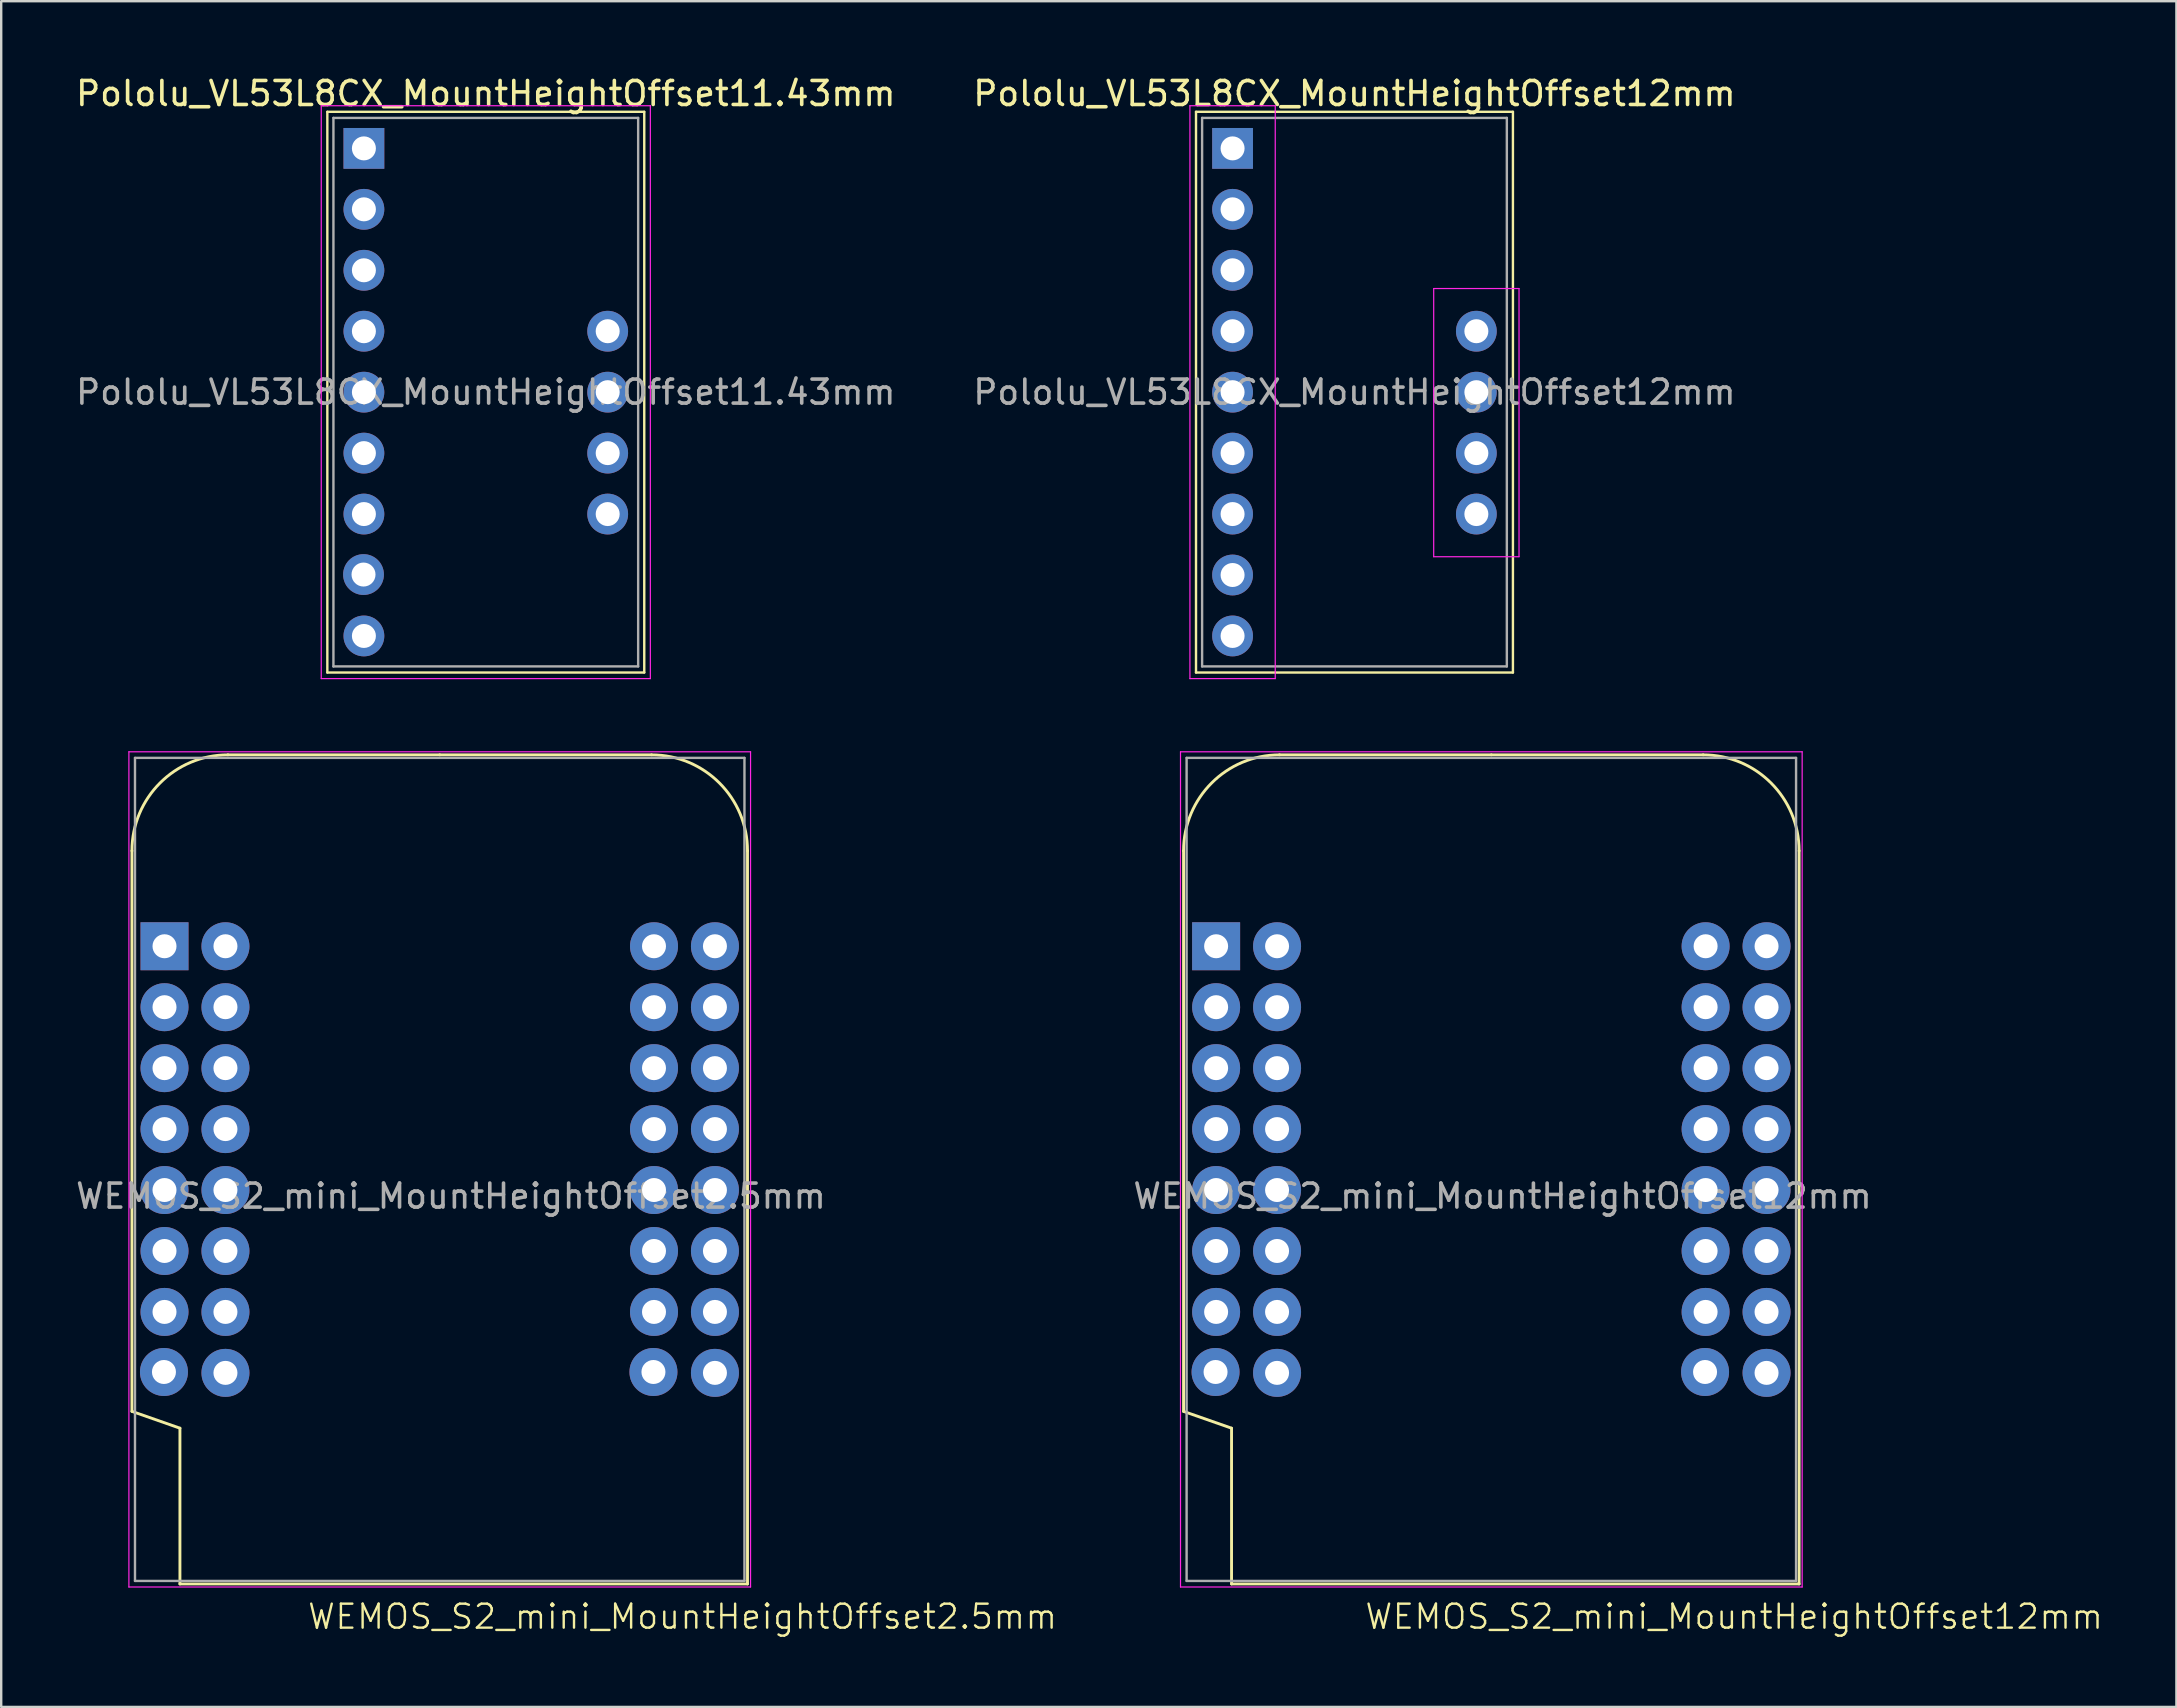
<source format=kicad_pcb>
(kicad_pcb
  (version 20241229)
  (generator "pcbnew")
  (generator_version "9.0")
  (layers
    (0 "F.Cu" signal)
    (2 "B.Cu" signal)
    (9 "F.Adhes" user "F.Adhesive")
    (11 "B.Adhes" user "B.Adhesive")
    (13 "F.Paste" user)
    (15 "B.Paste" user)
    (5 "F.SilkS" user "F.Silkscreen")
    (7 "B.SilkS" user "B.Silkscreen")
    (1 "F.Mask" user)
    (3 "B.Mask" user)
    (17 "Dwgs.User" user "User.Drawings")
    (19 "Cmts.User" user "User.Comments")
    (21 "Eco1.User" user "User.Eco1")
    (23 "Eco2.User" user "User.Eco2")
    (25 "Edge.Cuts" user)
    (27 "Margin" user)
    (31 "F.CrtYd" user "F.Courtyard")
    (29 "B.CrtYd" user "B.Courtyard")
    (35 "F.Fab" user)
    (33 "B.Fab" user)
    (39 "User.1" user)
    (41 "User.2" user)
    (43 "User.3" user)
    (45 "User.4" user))
  (footprint "WEMOS_S2_mini_MountHeightOffset2.5mm"
    (layer "F.Cu")
    (at 3.806 36.386)
    (property "Reference" "WEMOS_S2_mini_MountHeightOffset2.5mm" (at 21.59 27.94 0) (unlocked yes) (layer "F.SilkS") (effects (font (size 1 1) (thickness 0.1))))
    (attr through_hole)
    (fp_line (start -1.357 -3.977) (end -1.357 19.385) (stroke (width 0.12) (type default)) (layer "F.SilkS"))
    (fp_line (start -1.357 19.385) (end 0.643 20.085) (stroke (width 0.12) (type default)) (layer "F.SilkS"))
    (fp_line (start 0.643 26.577) (end 0.643 20.085) (stroke (width 0.12) (type default)) (layer "F.SilkS"))
    (fp_line (start 2.643 -7.977) (end 11.47 -7.977) (stroke (width 0.12) (type default)) (layer "F.SilkS"))
    (fp_line (start 20.297 -7.977) (end 11.47 -7.977) (stroke (width 0.12) (type default)) (layer "F.SilkS"))
    (fp_line (start 24.297 -3.977) (end 24.297 26.577) (stroke (width 0.12) (type default)) (layer "F.SilkS"))
    (fp_line (start 24.297 26.577) (end 0.643 26.577) (stroke (width 0.12) (type default)) (layer "F.SilkS"))
    (fp_arc (start -1.357 -3.977) (mid -0.185427 -6.805427) (end 2.643 -7.977) (stroke (width 0.12) (type default)) (layer "F.SilkS"))
    (fp_arc (start 20.297 -7.977) (mid 23.125427 -6.805427) (end 24.297 -3.977) (stroke (width 0.12) (type default)) (layer "F.SilkS"))
    (fp_line (start -1.484 -8.104) (end 24.424 -8.104) (stroke (width 0.05) (type default)) (layer "F.CrtYd"))
    (fp_line (start -1.484 26.704) (end -1.484 -8.104) (stroke (width 0.05) (type default)) (layer "F.CrtYd"))
    (fp_line (start 24.424 -8.104) (end 24.424 26.704) (stroke (width 0.05) (type default)) (layer "F.CrtYd"))
    (fp_line (start 24.424 26.704) (end -1.484 26.704) (stroke (width 0.05) (type default)) (layer "F.CrtYd"))
    (fp_line (start -1.23 -7.85) (end -1.23 26.45) (stroke (width 0.1) (type default)) (layer "F.Fab"))
    (fp_line (start -1.23 -7.85) (end 24.17 -7.85) (stroke (width 0.1) (type default)) (layer "F.Fab"))
    (fp_line (start -1.23 26.45) (end 24.17 26.45) (stroke (width 0.1) (type default)) (layer "F.Fab"))
    (fp_line (start 24.17 -7.85) (end 24.17 26.45) (stroke (width 0.1) (type default)) (layer "F.Fab"))
    (fp_text user "${REFERENCE}" (at 11.938 10.414 0) (unlocked yes) (layer "F.Fab") (effects (font (size 1 1) (thickness 0.15))))
    (pad "1" thru_hole rect (at 0 0) (size 2 2) (drill 1) (layers "*.Cu" "*.Mask"))
    (pad "2" thru_hole oval (at 0 2.54) (size 2 2) (drill 1) (layers "*.Cu" "*.Mask"))
    (pad "3" thru_hole oval (at 0 5.08) (size 2 2) (drill 1) (layers "*.Cu" "*.Mask"))
    (pad "4" thru_hole oval (at 0 7.62) (size 2 2) (drill 1) (layers "*.Cu" "*.Mask"))
    (pad "5" thru_hole oval (at 0 10.16) (size 2 2) (drill 1) (layers "*.Cu" "*.Mask"))
    (pad "6" thru_hole oval (at 0 12.7) (size 2 2) (drill 1) (layers "*.Cu" "*.Mask"))
    (pad "7" thru_hole oval (at 0 15.24) (size 2 2) (drill 1) (layers "*.Cu" "*.Mask"))
    (pad "8" thru_hole oval (at -0.023 17.743) (size 2 2) (drill 1) (layers "*.Cu" "*.Mask"))
    (pad "9" thru_hole oval (at 2.54 0) (size 2 2) (drill 1) (layers "*.Cu" "*.Mask"))
    (pad "10" thru_hole oval (at 2.54 2.54) (size 2 2) (drill 1) (layers "*.Cu" "*.Mask"))
    (pad "11" thru_hole oval (at 2.54 5.08) (size 2 2) (drill 1) (layers "*.Cu" "*.Mask"))
    (pad "12" thru_hole oval (at 2.54 7.62) (size 2 2) (drill 1) (layers "*.Cu" "*.Mask"))
    (pad "13" thru_hole oval (at 2.54 10.16) (size 2 2) (drill 1) (layers "*.Cu" "*.Mask"))
    (pad "14" thru_hole oval (at 2.54 12.7) (size 2 2) (drill 1) (layers "*.Cu" "*.Mask"))
    (pad "15" thru_hole oval (at 2.54 15.24) (size 2 2) (drill 1) (layers "*.Cu" "*.Mask"))
    (pad "16" thru_hole oval (at 2.54 17.78) (size 2 2) (drill 1) (layers "*.Cu" "*.Mask"))
    (pad "17" thru_hole circle (at 20.4 0) (size 2 2) (drill 1) (layers "*.Cu" "*.Mask"))
    (pad "18" thru_hole oval (at 20.4 2.54) (size 2 2) (drill 1) (layers "*.Cu" "*.Mask"))
    (pad "19" thru_hole oval (at 20.4 5.08) (size 2 2) (drill 1) (layers "*.Cu" "*.Mask"))
    (pad "20" thru_hole oval (at 20.4 7.62) (size 2 2) (drill 1) (layers "*.Cu" "*.Mask"))
    (pad "21" thru_hole oval (at 20.4 10.16) (size 2 2) (drill 1) (layers "*.Cu" "*.Mask"))
    (pad "22" thru_hole oval (at 20.4 12.7) (size 2 2) (drill 1) (layers "*.Cu" "*.Mask"))
    (pad "23" thru_hole oval (at 20.4 15.24) (size 2 2) (drill 1) (layers "*.Cu" "*.Mask"))
    (pad "24" thru_hole oval (at 20.377 17.743) (size 2 2) (drill 1) (layers "*.Cu" "*.Mask"))
    (pad "25" thru_hole oval (at 22.94 0) (size 2 2) (drill 1) (layers "*.Cu" "*.Mask"))
    (pad "26" thru_hole oval (at 22.94 2.54) (size 2 2) (drill 1) (layers "*.Cu" "*.Mask"))
    (pad "27" thru_hole oval (at 22.94 5.08) (size 2 2) (drill 1) (layers "*.Cu" "*.Mask"))
    (pad "28" thru_hole oval (at 22.94 7.62) (size 2 2) (drill 1) (layers "*.Cu" "*.Mask"))
    (pad "29" thru_hole oval (at 22.94 10.16) (size 2 2) (drill 1) (layers "*.Cu" "*.Mask"))
    (pad "30" thru_hole oval (at 22.94 12.7) (size 2 2) (drill 1) (layers "*.Cu" "*.Mask"))
    (pad "31" thru_hole oval (at 22.94 15.24) (size 2 2) (drill 1) (layers "*.Cu" "*.Mask"))
    (pad "32" thru_hole oval (at 22.94 17.78) (size 2 2) (drill 1) (layers "*.Cu" "*.Mask")))
  (footprint "Pololu_VL53L8CX_MountHeightOffset11.43mm"
    (layer "F.Cu")
    (at 17.196 13.294)
    (property "Reference" "Pololu_VL53L8CX_MountHeightOffset11.43mm" (at 0 -12.446 0) (unlocked yes) (layer "F.SilkS") (effects (font (size 1 1) (thickness 0.15))))
    (attr smd)
    (fp_line (start -6.604 -11.684) (end 6.604 -11.684) (stroke (width 0.1) (type default)) (layer "F.SilkS"))
    (fp_line (start -6.604 11.684) (end -6.604 -11.684) (stroke (width 0.1) (type default)) (layer "F.SilkS"))
    (fp_line (start 6.604 -11.684) (end 6.604 11.684) (stroke (width 0.1) (type default)) (layer "F.SilkS"))
    (fp_line (start 6.604 11.684) (end -6.604 11.684) (stroke (width 0.1) (type default)) (layer "F.SilkS"))
    (fp_line (start -6.858 -11.938) (end 6.858 -11.938) (stroke (width 0.05) (type default)) (layer "F.CrtYd"))
    (fp_line (start -6.858 11.938) (end -6.858 -11.938) (stroke (width 0.05) (type default)) (layer "F.CrtYd"))
    (fp_line (start 6.858 -11.938) (end 6.858 11.938) (stroke (width 0.05) (type default)) (layer "F.CrtYd"))
    (fp_line (start 6.858 11.938) (end -6.858 11.938) (stroke (width 0.05) (type default)) (layer "F.CrtYd"))
    (fp_line (start -6.35 -11.43) (end -6.35 11.43) (stroke (width 0.1) (type default)) (layer "F.Fab"))
    (fp_line (start -6.35 11.43) (end 6.35 11.43) (stroke (width 0.1) (type default)) (layer "F.Fab"))
    (fp_line (start 6.35 -11.43) (end -6.35 -11.43) (stroke (width 0.1) (type default)) (layer "F.Fab"))
    (fp_line (start 6.35 11.43) (end 6.35 -11.43) (stroke (width 0.1) (type default)) (layer "F.Fab"))
    (fp_text user "${REFERENCE}" (at 0 0 0) (layer "F.Fab") (effects (font (size 1 1) (thickness 0.15))))
    (pad "1" thru_hole rect (at -5.08 -10.16) (size 1.7 1.7) (drill 1) (layers "*.Cu" "*.Mask"))
    (pad "2" thru_hole oval (at -5.08 -7.62) (size 1.7 1.7) (drill 1) (layers "*.Cu" "*.Mask"))
    (pad "3" thru_hole oval (at -5.08 -5.08) (size 1.7 1.7) (drill 1) (layers "*.Cu" "*.Mask"))
    (pad "4" thru_hole oval (at -5.08 -2.54) (size 1.7 1.7) (drill 1) (layers "*.Cu" "*.Mask"))
    (pad "5" thru_hole oval (at -5.08 0) (size 1.7 1.7) (drill 1) (layers "*.Cu" "*.Mask"))
    (pad "6" thru_hole oval (at -5.08 2.54) (size 1.7 1.7) (drill 1) (layers "*.Cu" "*.Mask"))
    (pad "7" thru_hole oval (at -5.08 5.08) (size 1.7 1.7) (drill 1) (layers "*.Cu" "*.Mask"))
    (pad "8" thru_hole oval (at -5.096 7.601) (size 1.7 1.7) (drill 1) (layers "*.Cu" "*.Mask"))
    (pad "9" thru_hole oval (at -5.08 10.16) (size 1.7 1.7) (drill 1) (layers "*.Cu" "*.Mask"))
    (pad "10" thru_hole oval (at 5.08 -2.54) (size 1.7 1.7) (drill 1) (layers "*.Cu" "*.Mask"))
    (pad "11" thru_hole oval (at 5.08 0) (size 1.7 1.7) (drill 1) (layers "*.Cu" "*.Mask"))
    (pad "12" thru_hole oval (at 5.08 2.54) (size 1.7 1.7) (drill 1) (layers "*.Cu" "*.Mask"))
    (pad "13" thru_hole oval (at 5.08 5.08) (size 1.7 1.7) (drill 1) (layers "*.Cu" "*.Mask")))
  (footprint "WEMOS_S2_mini_MountHeightOffset12mm"
    (layer "F.Cu")
    (at 47.633 36.386)
    (property "Reference" "WEMOS_S2_mini_MountHeightOffset12mm" (at 21.59 27.94 0) (unlocked yes) (layer "F.SilkS") (effects (font (size 1 1) (thickness 0.1))))
    (attr through_hole)
    (fp_line (start -1.357 -3.977) (end -1.357 19.385) (stroke (width 0.12) (type default)) (layer "F.SilkS"))
    (fp_line (start -1.357 19.385) (end 0.643 20.085) (stroke (width 0.12) (type default)) (layer "F.SilkS"))
    (fp_line (start 0.643 26.577) (end 0.643 20.085) (stroke (width 0.12) (type default)) (layer "F.SilkS"))
    (fp_line (start 2.643 -7.977) (end 11.47 -7.977) (stroke (width 0.12) (type default)) (layer "F.SilkS"))
    (fp_line (start 20.297 -7.977) (end 11.47 -7.977) (stroke (width 0.12) (type default)) (layer "F.SilkS"))
    (fp_line (start 24.297 -3.977) (end 24.297 26.577) (stroke (width 0.12) (type default)) (layer "F.SilkS"))
    (fp_line (start 24.297 26.577) (end 0.643 26.577) (stroke (width 0.12) (type default)) (layer "F.SilkS"))
    (fp_arc (start -1.357 -3.977) (mid -0.185427 -6.805427) (end 2.643 -7.977) (stroke (width 0.12) (type default)) (layer "F.SilkS"))
    (fp_arc (start 20.297 -7.977) (mid 23.125427 -6.805427) (end 24.297 -3.977) (stroke (width 0.12) (type default)) (layer "F.SilkS"))
    (fp_line (start -1.484 -8.104) (end 24.424 -8.104) (stroke (width 0.05) (type default)) (layer "F.CrtYd"))
    (fp_line (start -1.484 26.704) (end -1.484 -8.104) (stroke (width 0.05) (type default)) (layer "F.CrtYd"))
    (fp_line (start 24.424 -8.104) (end 24.424 26.704) (stroke (width 0.05) (type default)) (layer "F.CrtYd"))
    (fp_line (start 24.424 26.704) (end -1.484 26.704) (stroke (width 0.05) (type default)) (layer "F.CrtYd"))
    (fp_line (start -1.23 -7.85) (end -1.23 26.45) (stroke (width 0.1) (type default)) (layer "F.Fab"))
    (fp_line (start -1.23 -7.85) (end 24.17 -7.85) (stroke (width 0.1) (type default)) (layer "F.Fab"))
    (fp_line (start -1.23 26.45) (end 24.17 26.45) (stroke (width 0.1) (type default)) (layer "F.Fab"))
    (fp_line (start 24.17 -7.85) (end 24.17 26.45) (stroke (width 0.1) (type default)) (layer "F.Fab"))
    (fp_text user "${REFERENCE}" (at 11.938 10.414 0) (unlocked yes) (layer "F.Fab") (effects (font (size 1 1) (thickness 0.15))))
    (pad "1" thru_hole rect (at 0 0) (size 2 2) (drill 1) (layers "*.Cu" "*.Mask"))
    (pad "2" thru_hole oval (at 0 2.54) (size 2 2) (drill 1) (layers "*.Cu" "*.Mask"))
    (pad "3" thru_hole oval (at 0 5.08) (size 2 2) (drill 1) (layers "*.Cu" "*.Mask"))
    (pad "4" thru_hole oval (at 0 7.62) (size 2 2) (drill 1) (layers "*.Cu" "*.Mask"))
    (pad "5" thru_hole oval (at 0 10.16) (size 2 2) (drill 1) (layers "*.Cu" "*.Mask"))
    (pad "6" thru_hole oval (at 0 12.7) (size 2 2) (drill 1) (layers "*.Cu" "*.Mask"))
    (pad "7" thru_hole oval (at 0 15.24) (size 2 2) (drill 1) (layers "*.Cu" "*.Mask"))
    (pad "8" thru_hole oval (at -0.023 17.743) (size 2 2) (drill 1) (layers "*.Cu" "*.Mask"))
    (pad "9" thru_hole oval (at 2.54 0) (size 2 2) (drill 1) (layers "*.Cu" "*.Mask"))
    (pad "10" thru_hole oval (at 2.54 2.54) (size 2 2) (drill 1) (layers "*.Cu" "*.Mask"))
    (pad "11" thru_hole oval (at 2.54 5.08) (size 2 2) (drill 1) (layers "*.Cu" "*.Mask"))
    (pad "12" thru_hole oval (at 2.54 7.62) (size 2 2) (drill 1) (layers "*.Cu" "*.Mask"))
    (pad "13" thru_hole oval (at 2.54 10.16) (size 2 2) (drill 1) (layers "*.Cu" "*.Mask"))
    (pad "14" thru_hole oval (at 2.54 12.7) (size 2 2) (drill 1) (layers "*.Cu" "*.Mask"))
    (pad "15" thru_hole oval (at 2.54 15.24) (size 2 2) (drill 1) (layers "*.Cu" "*.Mask"))
    (pad "16" thru_hole oval (at 2.54 17.78) (size 2 2) (drill 1) (layers "*.Cu" "*.Mask"))
    (pad "17" thru_hole circle (at 20.4 0) (size 2 2) (drill 1) (layers "*.Cu" "*.Mask"))
    (pad "18" thru_hole oval (at 20.4 2.54) (size 2 2) (drill 1) (layers "*.Cu" "*.Mask"))
    (pad "19" thru_hole oval (at 20.4 5.08) (size 2 2) (drill 1) (layers "*.Cu" "*.Mask"))
    (pad "20" thru_hole oval (at 20.4 7.62) (size 2 2) (drill 1) (layers "*.Cu" "*.Mask"))
    (pad "21" thru_hole oval (at 20.4 10.16) (size 2 2) (drill 1) (layers "*.Cu" "*.Mask"))
    (pad "22" thru_hole oval (at 20.4 12.7) (size 2 2) (drill 1) (layers "*.Cu" "*.Mask"))
    (pad "23" thru_hole oval (at 20.4 15.24) (size 2 2) (drill 1) (layers "*.Cu" "*.Mask"))
    (pad "24" thru_hole oval (at 20.377 17.743) (size 2 2) (drill 1) (layers "*.Cu" "*.Mask"))
    (pad "25" thru_hole oval (at 22.94 0) (size 2 2) (drill 1) (layers "*.Cu" "*.Mask"))
    (pad "26" thru_hole oval (at 22.94 2.54) (size 2 2) (drill 1) (layers "*.Cu" "*.Mask"))
    (pad "27" thru_hole oval (at 22.94 5.08) (size 2 2) (drill 1) (layers "*.Cu" "*.Mask"))
    (pad "28" thru_hole oval (at 22.94 7.62) (size 2 2) (drill 1) (layers "*.Cu" "*.Mask"))
    (pad "29" thru_hole oval (at 22.94 10.16) (size 2 2) (drill 1) (layers "*.Cu" "*.Mask"))
    (pad "30" thru_hole oval (at 22.94 12.7) (size 2 2) (drill 1) (layers "*.Cu" "*.Mask"))
    (pad "31" thru_hole oval (at 22.94 15.24) (size 2 2) (drill 1) (layers "*.Cu" "*.Mask"))
    (pad "32" thru_hole oval (at 22.94 17.78) (size 2 2) (drill 1) (layers "*.Cu" "*.Mask")))
  (footprint "Pololu_VL53L8CX_MountHeightOffset12mm"
    (layer "F.Cu")
    (at 48.319 3.134)
    (property "Reference" "Pololu_VL53L8CX_MountHeightOffset12mm" (at 5.08 -2.286 0) (unlocked yes) (layer "F.SilkS") (effects (font (size 1 1) (thickness 0.15))))
    (attr smd)
    (fp_line (start -1.524 -1.524) (end 11.684 -1.524) (stroke (width 0.1) (type default)) (layer "F.SilkS"))
    (fp_line (start -1.524 21.844) (end -1.524 -1.524) (stroke (width 0.1) (type default)) (layer "F.SilkS"))
    (fp_line (start 11.684 -1.524) (end 11.684 21.844) (stroke (width 0.1) (type default)) (layer "F.SilkS"))
    (fp_line (start 11.684 21.844) (end -1.524 21.844) (stroke (width 0.1) (type default)) (layer "F.SilkS"))
    (fp_line (start -1.778 -1.778) (end 1.778 -1.778) (stroke (width 0.05) (type default)) (layer "F.CrtYd"))
    (fp_line (start -1.778 22.098) (end -1.778 -1.778) (stroke (width 0.05) (type default)) (layer "F.CrtYd"))
    (fp_line (start 1.778 -1.778) (end 1.778 22.098) (stroke (width 0.05) (type default)) (layer "F.CrtYd"))
    (fp_line (start 1.778 22.098) (end -1.778 22.098) (stroke (width 0.05) (type default)) (layer "F.CrtYd"))
    (fp_line (start 8.382 5.842) (end 8.382 17.018) (stroke (width 0.05) (type default)) (layer "F.CrtYd"))
    (fp_line (start 8.382 5.842) (end 11.938 5.842) (stroke (width 0.05) (type default)) (layer "F.CrtYd"))
    (fp_line (start 8.382 17.018) (end 11.938 17.018) (stroke (width 0.05) (type default)) (layer "F.CrtYd"))
    (fp_line (start 11.938 5.842) (end 11.938 17.018) (stroke (width 0.05) (type default)) (layer "F.CrtYd"))
    (fp_line (start -1.27 -1.27) (end -1.27 21.59) (stroke (width 0.1) (type default)) (layer "F.Fab"))
    (fp_line (start -1.27 21.59) (end 11.43 21.59) (stroke (width 0.1) (type default)) (layer "F.Fab"))
    (fp_line (start 11.43 -1.27) (end -1.27 -1.27) (stroke (width 0.1) (type default)) (layer "F.Fab"))
    (fp_line (start 11.43 21.59) (end 11.43 -1.27) (stroke (width 0.1) (type default)) (layer "F.Fab"))
    (fp_text user "${REFERENCE}" (at 5.08 10.16 0) (layer "F.Fab") (effects (font (size 1 1) (thickness 0.15))))
    (pad "1" thru_hole rect (at 0 0) (size 1.7 1.7) (drill 1) (layers "*.Cu" "*.Mask"))
    (pad "2" thru_hole oval (at 0 2.54) (size 1.7 1.7) (drill 1) (layers "*.Cu" "*.Mask"))
    (pad "3" thru_hole oval (at 0 5.08) (size 1.7 1.7) (drill 1) (layers "*.Cu" "*.Mask"))
    (pad "4" thru_hole oval (at 0 7.62) (size 1.7 1.7) (drill 1) (layers "*.Cu" "*.Mask"))
    (pad "5" thru_hole oval (at 0 10.16) (size 1.7 1.7) (drill 1) (layers "*.Cu" "*.Mask"))
    (pad "6" thru_hole oval (at 0 12.7) (size 1.7 1.7) (drill 1) (layers "*.Cu" "*.Mask"))
    (pad "7" thru_hole oval (at 0 15.24) (size 1.7 1.7) (drill 1) (layers "*.Cu" "*.Mask"))
    (pad "8" thru_hole oval (at 0 17.78) (size 1.7 1.7) (drill 1) (layers "*.Cu" "*.Mask"))
    (pad "9" thru_hole oval (at 0 20.32) (size 1.7 1.7) (drill 1) (layers "*.Cu" "*.Mask"))
    (pad "10" thru_hole oval (at 10.16 7.62) (size 1.7 1.7) (drill 1) (layers "*.Cu" "*.Mask"))
    (pad "11" thru_hole oval (at 10.16 10.16) (size 1.7 1.7) (drill 1) (layers "*.Cu" "*.Mask"))
    (pad "12" thru_hole oval (at 10.16 12.7) (size 1.7 1.7) (drill 1) (layers "*.Cu" "*.Mask"))
    (pad "13" thru_hole oval (at 10.16 15.24) (size 1.7 1.7) (drill 1) (layers "*.Cu" "*.Mask")))
  (gr_rect
    (start -3 -3)
    (end 87.654 68.087)
    (stroke (width 0.1) (type default))
    (fill no)
    (layer "Edge.Cuts")))
</source>
